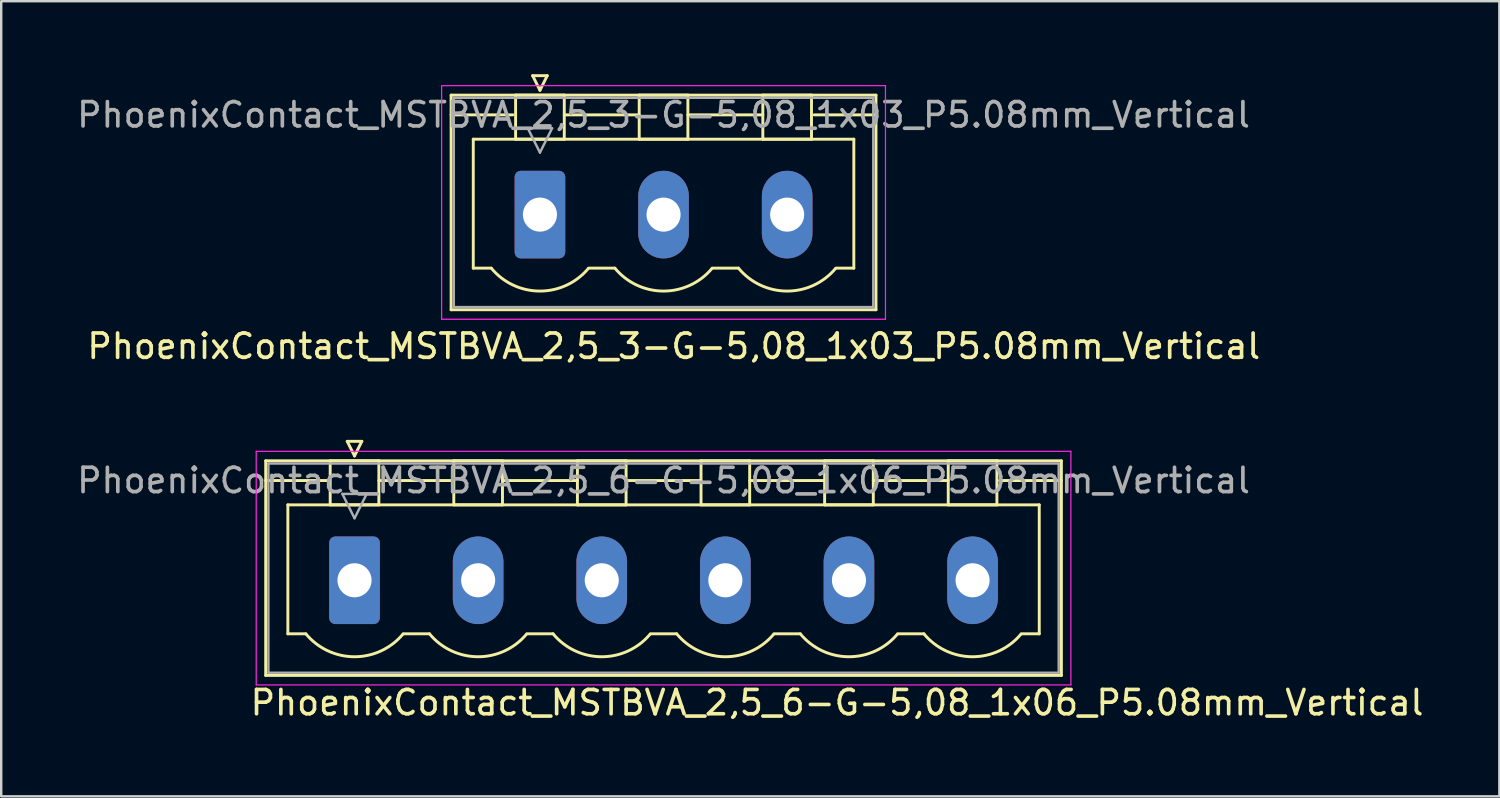
<source format=kicad_pcb>
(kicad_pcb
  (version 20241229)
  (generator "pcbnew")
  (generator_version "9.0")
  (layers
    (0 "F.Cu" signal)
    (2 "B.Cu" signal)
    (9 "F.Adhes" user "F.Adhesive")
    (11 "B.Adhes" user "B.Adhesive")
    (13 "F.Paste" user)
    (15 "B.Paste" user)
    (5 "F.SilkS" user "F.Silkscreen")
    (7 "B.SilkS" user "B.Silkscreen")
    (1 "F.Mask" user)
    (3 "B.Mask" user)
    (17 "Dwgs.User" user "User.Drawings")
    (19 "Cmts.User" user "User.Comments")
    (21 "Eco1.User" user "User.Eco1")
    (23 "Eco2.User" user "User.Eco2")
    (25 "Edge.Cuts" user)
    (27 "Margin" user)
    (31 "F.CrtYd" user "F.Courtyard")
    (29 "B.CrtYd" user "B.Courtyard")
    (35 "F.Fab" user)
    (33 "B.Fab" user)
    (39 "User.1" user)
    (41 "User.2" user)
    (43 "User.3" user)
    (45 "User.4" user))
  (footprint "PhoenixContact_MSTBVA_2,5_3-G-5,08_1x03_P5.08mm_Vertical"
    (layer "F.Cu")
    (at 19.14 5.77)
    (property "Reference" "PhoenixContact_MSTBVA_2,5_3-G-5,08_1x03_P5.08mm_Vertical" (at 5.5 5.41 0) (layer "F.SilkS") (effects (font (size 1 1) (thickness 0.15))))
    (attr through_hole)
    (fp_line (start -3.65 -4.91) (end -3.65 3.91) (stroke (width 0.12) (type solid)) (layer "F.SilkS"))
    (fp_line (start -3.65 -4.1) (end -1.11 -4.1) (stroke (width 0.12) (type solid)) (layer "F.SilkS"))
    (fp_line (start -3.65 3.91) (end 13.81 3.91) (stroke (width 0.12) (type solid)) (layer "F.SilkS"))
    (fp_line (start -2.74 -3.1) (end 12.9 -3.1) (stroke (width 0.12) (type solid)) (layer "F.SilkS"))
    (fp_line (start -2.74 2.2) (end -2.74 -3.1) (stroke (width 0.12) (type solid)) (layer "F.SilkS"))
    (fp_line (start -2 2.2) (end -2.74 2.2) (stroke (width 0.12) (type solid)) (layer "F.SilkS"))
    (fp_line (start -1 -4.91) (end 1 -4.91) (stroke (width 0.12) (type solid)) (layer "F.SilkS"))
    (fp_line (start -1 -3.1) (end -1 -4.91) (stroke (width 0.12) (type solid)) (layer "F.SilkS"))
    (fp_line (start -0.3 -5.71) (end 0.3 -5.71) (stroke (width 0.12) (type solid)) (layer "F.SilkS"))
    (fp_line (start 0 -5.11) (end -0.3 -5.71) (stroke (width 0.12) (type solid)) (layer "F.SilkS"))
    (fp_line (start 0.3 -5.71) (end 0 -5.11) (stroke (width 0.12) (type solid)) (layer "F.SilkS"))
    (fp_line (start 1 -4.91) (end 1 -3.1) (stroke (width 0.12) (type solid)) (layer "F.SilkS"))
    (fp_line (start 1 -4.1) (end 4.08 -4.1) (stroke (width 0.12) (type solid)) (layer "F.SilkS"))
    (fp_line (start 1 -3.1) (end -1 -3.1) (stroke (width 0.12) (type solid)) (layer "F.SilkS"))
    (fp_line (start 2 2.2) (end 3.08 2.2) (stroke (width 0.12) (type solid)) (layer "F.SilkS"))
    (fp_line (start 4.08 -4.91) (end 6.08 -4.91) (stroke (width 0.12) (type solid)) (layer "F.SilkS"))
    (fp_line (start 4.08 -3.1) (end 4.08 -4.91) (stroke (width 0.12) (type solid)) (layer "F.SilkS"))
    (fp_line (start 6.08 -4.91) (end 6.08 -3.1) (stroke (width 0.12) (type solid)) (layer "F.SilkS"))
    (fp_line (start 6.08 -4.1) (end 9.16 -4.1) (stroke (width 0.12) (type solid)) (layer "F.SilkS"))
    (fp_line (start 6.08 -3.1) (end 4.08 -3.1) (stroke (width 0.12) (type solid)) (layer "F.SilkS"))
    (fp_line (start 7.08 2.2) (end 8.16 2.2) (stroke (width 0.12) (type solid)) (layer "F.SilkS"))
    (fp_line (start 9.16 -4.91) (end 11.16 -4.91) (stroke (width 0.12) (type solid)) (layer "F.SilkS"))
    (fp_line (start 9.16 -3.1) (end 9.16 -4.91) (stroke (width 0.12) (type solid)) (layer "F.SilkS"))
    (fp_line (start 11.16 -4.91) (end 11.16 -3.1) (stroke (width 0.12) (type solid)) (layer "F.SilkS"))
    (fp_line (start 11.16 -3.1) (end 9.16 -3.1) (stroke (width 0.12) (type solid)) (layer "F.SilkS"))
    (fp_line (start 12.9 -3.1) (end 12.9 2.2) (stroke (width 0.12) (type solid)) (layer "F.SilkS"))
    (fp_line (start 12.9 2.2) (end 12.16 2.2) (stroke (width 0.12) (type solid)) (layer "F.SilkS"))
    (fp_line (start 13.81 -4.91) (end -3.65 -4.91) (stroke (width 0.12) (type solid)) (layer "F.SilkS"))
    (fp_line (start 13.81 -4.1) (end 11.27 -4.1) (stroke (width 0.12) (type solid)) (layer "F.SilkS"))
    (fp_line (start 13.81 3.91) (end 13.81 -4.91) (stroke (width 0.12) (type solid)) (layer "F.SilkS"))
    (fp_arc (start 1.986842 2.215821) (mid -0.010289 3.142758) (end -2 2.2) (stroke (width 0.12) (type solid)) (layer "F.SilkS"))
    (fp_arc (start 7.066842 2.215821) (mid 5.069711 3.142758) (end 3.08 2.2) (stroke (width 0.12) (type solid)) (layer "F.SilkS"))
    (fp_arc (start 12.146842 2.215821) (mid 10.149711 3.142758) (end 8.16 2.2) (stroke (width 0.12) (type solid)) (layer "F.SilkS"))
    (fp_line (start -4.04 -5.3) (end -4.04 4.3) (stroke (width 0.05) (type solid)) (layer "F.CrtYd"))
    (fp_line (start -4.04 4.3) (end 14.2 4.3) (stroke (width 0.05) (type solid)) (layer "F.CrtYd"))
    (fp_line (start 14.2 -5.3) (end -4.04 -5.3) (stroke (width 0.05) (type solid)) (layer "F.CrtYd"))
    (fp_line (start 14.2 4.3) (end 14.2 -5.3) (stroke (width 0.05) (type solid)) (layer "F.CrtYd"))
    (fp_line (start -3.54 -4.8) (end -3.54 3.8) (stroke (width 0.1) (type solid)) (layer "F.Fab"))
    (fp_line (start -3.54 3.8) (end 13.7 3.8) (stroke (width 0.1) (type solid)) (layer "F.Fab"))
    (fp_line (start -0.5 -3.55) (end 0.5 -3.55) (stroke (width 0.1) (type solid)) (layer "F.Fab"))
    (fp_line (start 0 -2.55) (end -0.5 -3.55) (stroke (width 0.1) (type solid)) (layer "F.Fab"))
    (fp_line (start 0.5 -3.55) (end 0 -2.55) (stroke (width 0.1) (type solid)) (layer "F.Fab"))
    (fp_line (start 13.7 -4.8) (end -3.54 -4.8) (stroke (width 0.1) (type solid)) (layer "F.Fab"))
    (fp_line (start 13.7 3.8) (end 13.7 -4.8) (stroke (width 0.1) (type solid)) (layer "F.Fab"))
    (fp_text user "${REFERENCE}" (at 5.08 -4.1 0) (layer "F.Fab") (effects (font (size 1 1) (thickness 0.15))))
    (pad "1" thru_hole roundrect (at 0 0) (size 2.08 3.6) (drill 1.4) (layers "*.Cu" "*.Mask") (roundrect_rratio 0.12))
    (pad "2" thru_hole oval (at 5.08 0) (size 2.08 3.6) (drill 1.4) (layers "*.Cu" "*.Mask"))
    (pad "3" thru_hole oval (at 10.16 0) (size 2.08 3.6) (drill 1.4) (layers "*.Cu" "*.Mask")))
  (footprint "PhoenixContact_MSTBVA_2,5_6-G-5,08_1x06_P5.08mm_Vertical"
    (layer "F.Cu")
    (at 11.52 20.798)
    (property "Reference" "PhoenixContact_MSTBVA_2,5_6-G-5,08_1x06_P5.08mm_Vertical" (at 19.83 5.03 180) (layer "F.SilkS") (effects (font (size 1 1) (thickness 0.15))))
    (attr through_hole)
    (fp_line (start -3.65 -4.91) (end -3.65 3.91) (stroke (width 0.12) (type solid)) (layer "F.SilkS"))
    (fp_line (start -3.65 -4.1) (end -1.11 -4.1) (stroke (width 0.12) (type solid)) (layer "F.SilkS"))
    (fp_line (start -3.65 3.91) (end 29.05 3.91) (stroke (width 0.12) (type solid)) (layer "F.SilkS"))
    (fp_line (start -2.74 -3.1) (end 28.14 -3.1) (stroke (width 0.12) (type solid)) (layer "F.SilkS"))
    (fp_line (start -2.74 2.2) (end -2.74 -3.1) (stroke (width 0.12) (type solid)) (layer "F.SilkS"))
    (fp_line (start -2 2.2) (end -2.74 2.2) (stroke (width 0.12) (type solid)) (layer "F.SilkS"))
    (fp_line (start -1 -4.91) (end 1 -4.91) (stroke (width 0.12) (type solid)) (layer "F.SilkS"))
    (fp_line (start -1 -3.1) (end -1 -4.91) (stroke (width 0.12) (type solid)) (layer "F.SilkS"))
    (fp_line (start -0.3 -5.71) (end 0.3 -5.71) (stroke (width 0.12) (type solid)) (layer "F.SilkS"))
    (fp_line (start 0 -5.11) (end -0.3 -5.71) (stroke (width 0.12) (type solid)) (layer "F.SilkS"))
    (fp_line (start 0.3 -5.71) (end 0 -5.11) (stroke (width 0.12) (type solid)) (layer "F.SilkS"))
    (fp_line (start 1 -4.91) (end 1 -3.1) (stroke (width 0.12) (type solid)) (layer "F.SilkS"))
    (fp_line (start 1 -4.1) (end 4.08 -4.1) (stroke (width 0.12) (type solid)) (layer "F.SilkS"))
    (fp_line (start 1 -3.1) (end -1 -3.1) (stroke (width 0.12) (type solid)) (layer "F.SilkS"))
    (fp_line (start 2 2.2) (end 3.08 2.2) (stroke (width 0.12) (type solid)) (layer "F.SilkS"))
    (fp_line (start 4.08 -4.91) (end 6.08 -4.91) (stroke (width 0.12) (type solid)) (layer "F.SilkS"))
    (fp_line (start 4.08 -3.1) (end 4.08 -4.91) (stroke (width 0.12) (type solid)) (layer "F.SilkS"))
    (fp_line (start 6.08 -4.91) (end 6.08 -3.1) (stroke (width 0.12) (type solid)) (layer "F.SilkS"))
    (fp_line (start 6.08 -4.1) (end 9.16 -4.1) (stroke (width 0.12) (type solid)) (layer "F.SilkS"))
    (fp_line (start 6.08 -3.1) (end 4.08 -3.1) (stroke (width 0.12) (type solid)) (layer "F.SilkS"))
    (fp_line (start 7.08 2.2) (end 8.16 2.2) (stroke (width 0.12) (type solid)) (layer "F.SilkS"))
    (fp_line (start 9.16 -4.91) (end 11.16 -4.91) (stroke (width 0.12) (type solid)) (layer "F.SilkS"))
    (fp_line (start 9.16 -3.1) (end 9.16 -4.91) (stroke (width 0.12) (type solid)) (layer "F.SilkS"))
    (fp_line (start 11.16 -4.91) (end 11.16 -3.1) (stroke (width 0.12) (type solid)) (layer "F.SilkS"))
    (fp_line (start 11.16 -4.1) (end 14.24 -4.1) (stroke (width 0.12) (type solid)) (layer "F.SilkS"))
    (fp_line (start 11.16 -3.1) (end 9.16 -3.1) (stroke (width 0.12) (type solid)) (layer "F.SilkS"))
    (fp_line (start 12.16 2.2) (end 13.24 2.2) (stroke (width 0.12) (type solid)) (layer "F.SilkS"))
    (fp_line (start 14.24 -4.91) (end 16.24 -4.91) (stroke (width 0.12) (type solid)) (layer "F.SilkS"))
    (fp_line (start 14.24 -3.1) (end 14.24 -4.91) (stroke (width 0.12) (type solid)) (layer "F.SilkS"))
    (fp_line (start 16.24 -4.91) (end 16.24 -3.1) (stroke (width 0.12) (type solid)) (layer "F.SilkS"))
    (fp_line (start 16.24 -4.1) (end 19.32 -4.1) (stroke (width 0.12) (type solid)) (layer "F.SilkS"))
    (fp_line (start 16.24 -3.1) (end 14.24 -3.1) (stroke (width 0.12) (type solid)) (layer "F.SilkS"))
    (fp_line (start 17.24 2.2) (end 18.32 2.2) (stroke (width 0.12) (type solid)) (layer "F.SilkS"))
    (fp_line (start 19.32 -4.91) (end 21.32 -4.91) (stroke (width 0.12) (type solid)) (layer "F.SilkS"))
    (fp_line (start 19.32 -3.1) (end 19.32 -4.91) (stroke (width 0.12) (type solid)) (layer "F.SilkS"))
    (fp_line (start 21.32 -4.91) (end 21.32 -3.1) (stroke (width 0.12) (type solid)) (layer "F.SilkS"))
    (fp_line (start 21.32 -4.1) (end 24.4 -4.1) (stroke (width 0.12) (type solid)) (layer "F.SilkS"))
    (fp_line (start 21.32 -3.1) (end 19.32 -3.1) (stroke (width 0.12) (type solid)) (layer "F.SilkS"))
    (fp_line (start 22.32 2.2) (end 23.4 2.2) (stroke (width 0.12) (type solid)) (layer "F.SilkS"))
    (fp_line (start 24.4 -4.91) (end 26.4 -4.91) (stroke (width 0.12) (type solid)) (layer "F.SilkS"))
    (fp_line (start 24.4 -3.1) (end 24.4 -4.91) (stroke (width 0.12) (type solid)) (layer "F.SilkS"))
    (fp_line (start 26.4 -4.91) (end 26.4 -3.1) (stroke (width 0.12) (type solid)) (layer "F.SilkS"))
    (fp_line (start 26.4 -3.1) (end 24.4 -3.1) (stroke (width 0.12) (type solid)) (layer "F.SilkS"))
    (fp_line (start 28.14 -3.1) (end 28.14 2.2) (stroke (width 0.12) (type solid)) (layer "F.SilkS"))
    (fp_line (start 28.14 2.2) (end 27.4 2.2) (stroke (width 0.12) (type solid)) (layer "F.SilkS"))
    (fp_line (start 29.05 -4.91) (end -3.65 -4.91) (stroke (width 0.12) (type solid)) (layer "F.SilkS"))
    (fp_line (start 29.05 -4.1) (end 26.51 -4.1) (stroke (width 0.12) (type solid)) (layer "F.SilkS"))
    (fp_line (start 29.05 3.91) (end 29.05 -4.91) (stroke (width 0.12) (type solid)) (layer "F.SilkS"))
    (fp_arc (start 1.986842 2.215821) (mid -0.010289 3.142758) (end -2 2.2) (stroke (width 0.12) (type solid)) (layer "F.SilkS"))
    (fp_arc (start 7.066842 2.215821) (mid 5.069711 3.142758) (end 3.08 2.2) (stroke (width 0.12) (type solid)) (layer "F.SilkS"))
    (fp_arc (start 12.146842 2.215821) (mid 10.149711 3.142758) (end 8.16 2.2) (stroke (width 0.12) (type solid)) (layer "F.SilkS"))
    (fp_arc (start 17.226842 2.215821) (mid 15.229711 3.142758) (end 13.24 2.2) (stroke (width 0.12) (type solid)) (layer "F.SilkS"))
    (fp_arc (start 22.306842 2.215821) (mid 20.309711 3.142758) (end 18.32 2.2) (stroke (width 0.12) (type solid)) (layer "F.SilkS"))
    (fp_arc (start 27.386842 2.215821) (mid 25.389711 3.142758) (end 23.4 2.2) (stroke (width 0.12) (type solid)) (layer "F.SilkS"))
    (fp_line (start -4.04 -5.3) (end -4.04 4.3) (stroke (width 0.05) (type solid)) (layer "F.CrtYd"))
    (fp_line (start -4.04 4.3) (end 29.44 4.3) (stroke (width 0.05) (type solid)) (layer "F.CrtYd"))
    (fp_line (start 29.44 -5.3) (end -4.04 -5.3) (stroke (width 0.05) (type solid)) (layer "F.CrtYd"))
    (fp_line (start 29.44 4.3) (end 29.44 -5.3) (stroke (width 0.05) (type solid)) (layer "F.CrtYd"))
    (fp_line (start -3.54 -4.8) (end -3.54 3.8) (stroke (width 0.1) (type solid)) (layer "F.Fab"))
    (fp_line (start -3.54 3.8) (end 28.94 3.8) (stroke (width 0.1) (type solid)) (layer "F.Fab"))
    (fp_line (start -0.5 -3.55) (end 0.5 -3.55) (stroke (width 0.1) (type solid)) (layer "F.Fab"))
    (fp_line (start 0 -2.55) (end -0.5 -3.55) (stroke (width 0.1) (type solid)) (layer "F.Fab"))
    (fp_line (start 0.5 -3.55) (end 0 -2.55) (stroke (width 0.1) (type solid)) (layer "F.Fab"))
    (fp_line (start 28.94 -4.8) (end -3.54 -4.8) (stroke (width 0.1) (type solid)) (layer "F.Fab"))
    (fp_line (start 28.94 3.8) (end 28.94 -4.8) (stroke (width 0.1) (type solid)) (layer "F.Fab"))
    (fp_text user "${REFERENCE}" (at 12.7 -4.1 180) (layer "F.Fab") (effects (font (size 1 1) (thickness 0.15))))
    (pad "1" thru_hole roundrect (at 0 0) (size 2.08 3.6) (drill 1.4) (layers "*.Cu" "*.Mask") (roundrect_rratio 0.12))
    (pad "2" thru_hole oval (at 5.08 0) (size 2.08 3.6) (drill 1.4) (layers "*.Cu" "*.Mask"))
    (pad "3" thru_hole oval (at 10.16 0) (size 2.08 3.6) (drill 1.4) (layers "*.Cu" "*.Mask"))
    (pad "4" thru_hole oval (at 15.24 0) (size 2.08 3.6) (drill 1.4) (layers "*.Cu" "*.Mask"))
    (pad "5" thru_hole oval (at 20.32 0) (size 2.08 3.6) (drill 1.4) (layers "*.Cu" "*.Mask"))
    (pad "6" thru_hole oval (at 25.4 0) (size 2.08 3.6) (drill 1.4) (layers "*.Cu" "*.Mask")))
  (gr_rect
    (start -3 -3)
    (end 58.57 29.677)
    (stroke (width 0.1) (type default))
    (fill no)
    (layer "Edge.Cuts")))
</source>
